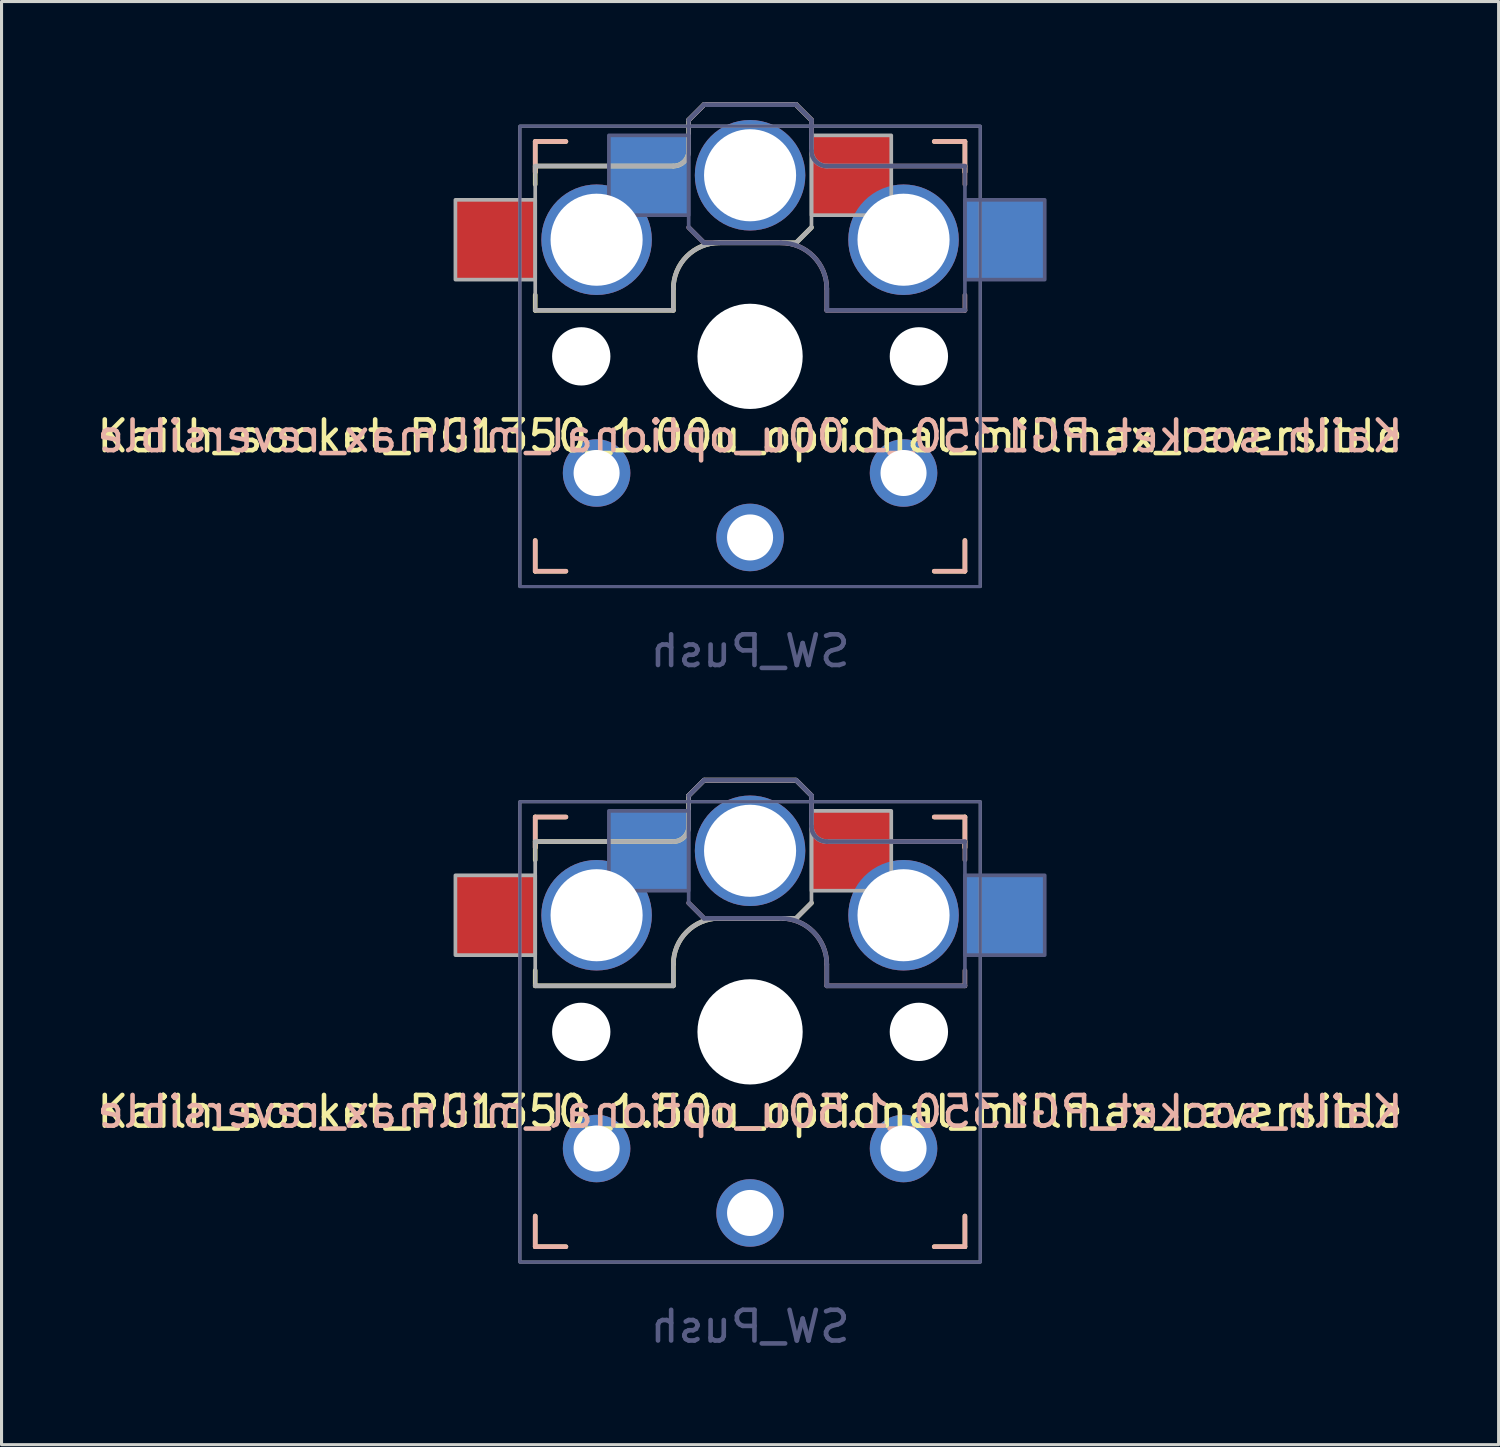
<source format=kicad_pcb>
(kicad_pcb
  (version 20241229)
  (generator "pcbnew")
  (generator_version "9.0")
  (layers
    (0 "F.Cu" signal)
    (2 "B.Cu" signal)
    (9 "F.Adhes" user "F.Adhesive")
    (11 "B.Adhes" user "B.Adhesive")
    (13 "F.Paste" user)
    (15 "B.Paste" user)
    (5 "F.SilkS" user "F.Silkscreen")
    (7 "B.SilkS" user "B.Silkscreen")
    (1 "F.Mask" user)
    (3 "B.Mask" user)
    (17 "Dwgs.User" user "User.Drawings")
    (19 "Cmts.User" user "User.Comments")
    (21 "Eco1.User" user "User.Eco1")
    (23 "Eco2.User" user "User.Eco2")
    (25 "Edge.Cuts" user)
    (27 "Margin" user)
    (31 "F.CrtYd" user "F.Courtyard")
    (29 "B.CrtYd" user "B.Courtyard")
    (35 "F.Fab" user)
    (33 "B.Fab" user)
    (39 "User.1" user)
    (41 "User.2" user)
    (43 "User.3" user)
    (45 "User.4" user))
  (footprint "Kailh_socket_PG1350_1.50u_optional_millmax_reversible"
    (layer "F.Cu")
    (at 21.387 30.568)
    (property "Reference" "Kailh_socket_PG1350_1.50u_optional_millmax_reversible" (at 0 2.6 0) (layer "F.SilkS") (effects (font (size 1 1) (thickness 0.15))))
    (property "Value" "SW_Push" (at 0 9.6 0) (layer "F.Fab") (hide yes) (effects (font (size 1 1) (thickness 0.15))))
    (fp_line (start -7 -6.2) (end -2.5 -6.2) (stroke (width 0.15) (type solid)) (layer "F.SilkS"))
    (fp_line (start -7 -6) (end -7 -7) (stroke (width 0.15) (type solid)) (layer "F.SilkS"))
    (fp_line (start -7 -5.6) (end -7 -6.2) (stroke (width 0.15) (type solid)) (layer "F.SilkS"))
    (fp_line (start -7 -1.5) (end -7 -2) (stroke (width 0.15) (type solid)) (layer "F.SilkS"))
    (fp_line (start -7 7) (end -7 6) (stroke (width 0.15) (type solid)) (layer "F.SilkS"))
    (fp_line (start -7 7) (end -6 7) (stroke (width 0.15) (type solid)) (layer "F.SilkS"))
    (fp_line (start -6 -7) (end -7 -7) (stroke (width 0.15) (type solid)) (layer "F.SilkS"))
    (fp_line (start -2.5 -2.2) (end -2.5 -1.5) (stroke (width 0.15) (type solid)) (layer "F.SilkS"))
    (fp_line (start -2.5 -1.5) (end -7 -1.5) (stroke (width 0.15) (type solid)) (layer "F.SilkS"))
    (fp_line (start -2 -7.7) (end -1.5 -8.2) (stroke (width 0.15) (type solid)) (layer "F.SilkS"))
    (fp_line (start -2 -6.7) (end -2 -7.7) (stroke (width 0.15) (type solid)) (layer "F.SilkS"))
    (fp_line (start -1.5 -8.2) (end 1.5 -8.2) (stroke (width 0.15) (type solid)) (layer "F.SilkS"))
    (fp_line (start 1.5 -8.2) (end 2 -7.7) (stroke (width 0.15) (type solid)) (layer "F.SilkS"))
    (fp_line (start 1.5 -3.7) (end -1 -3.7) (stroke (width 0.15) (type solid)) (layer "F.SilkS"))
    (fp_line (start 2 -4.2) (end 1.5 -3.7) (stroke (width 0.15) (type solid)) (layer "F.SilkS"))
    (fp_line (start 6 7) (end 7 7) (stroke (width 0.15) (type solid)) (layer "F.SilkS"))
    (fp_line (start 7 -7) (end 6 -7) (stroke (width 0.15) (type solid)) (layer "F.SilkS"))
    (fp_line (start 7 -7) (end 7 -6) (stroke (width 0.15) (type solid)) (layer "F.SilkS"))
    (fp_line (start 7 6) (end 7 7) (stroke (width 0.15) (type solid)) (layer "F.SilkS"))
    (fp_arc (start -2.5 -2.2) (mid -2.06066 -3.26066) (end -1 -3.7) (stroke (width 0.15) (type solid)) (layer "F.SilkS"))
    (fp_arc (start -2 -6.7) (mid -2.146447 -6.346447) (end -2.5 -6.2) (stroke (width 0.15) (type solid)) (layer "F.SilkS"))
    (fp_line (start -7 -6) (end -7 -7) (stroke (width 0.15) (type solid)) (layer "B.SilkS"))
    (fp_line (start -7 7) (end -7 6) (stroke (width 0.15) (type solid)) (layer "B.SilkS"))
    (fp_line (start -7 7) (end -6 7) (stroke (width 0.15) (type solid)) (layer "B.SilkS"))
    (fp_line (start -6 -7) (end -7 -7) (stroke (width 0.15) (type solid)) (layer "B.SilkS"))
    (fp_line (start -2 -4.2) (end -1.5 -3.7) (stroke (width 0.15) (type solid)) (layer "B.SilkS"))
    (fp_line (start -1.5 -8.2) (end -2 -7.7) (stroke (width 0.15) (type solid)) (layer "B.SilkS"))
    (fp_line (start -1.5 -3.7) (end 1 -3.7) (stroke (width 0.15) (type solid)) (layer "B.SilkS"))
    (fp_line (start 1.5 -8.2) (end -1.5 -8.2) (stroke (width 0.15) (type solid)) (layer "B.SilkS"))
    (fp_line (start 2 -7.7) (end 1.5 -8.2) (stroke (width 0.15) (type solid)) (layer "B.SilkS"))
    (fp_line (start 2 -6.7) (end 2 -7.7) (stroke (width 0.15) (type solid)) (layer "B.SilkS"))
    (fp_line (start 2.5 -2.2) (end 2.5 -1.5) (stroke (width 0.15) (type solid)) (layer "B.SilkS"))
    (fp_line (start 2.5 -1.5) (end 7 -1.5) (stroke (width 0.15) (type solid)) (layer "B.SilkS"))
    (fp_line (start 6 7) (end 7 7) (stroke (width 0.15) (type solid)) (layer "B.SilkS"))
    (fp_line (start 7 -7) (end 6 -7) (stroke (width 0.15) (type solid)) (layer "B.SilkS"))
    (fp_line (start 7 -7) (end 7 -6) (stroke (width 0.15) (type solid)) (layer "B.SilkS"))
    (fp_line (start 7 -6.2) (end 2.5 -6.2) (stroke (width 0.15) (type solid)) (layer "B.SilkS"))
    (fp_line (start 7 -5.6) (end 7 -6.2) (stroke (width 0.15) (type solid)) (layer "B.SilkS"))
    (fp_line (start 7 -1.5) (end 7 -2) (stroke (width 0.15) (type solid)) (layer "B.SilkS"))
    (fp_line (start 7 6) (end 7 7) (stroke (width 0.15) (type solid)) (layer "B.SilkS"))
    (fp_arc (start 1 -3.7) (mid 2.06066 -3.26066) (end 2.5 -2.2) (stroke (width 0.15) (type solid)) (layer "B.SilkS"))
    (fp_arc (start 2.5 -6.2) (mid 2.146446 -6.346447) (end 2 -6.7) (stroke (width 0.15) (type solid)) (layer "B.SilkS"))
    (fp_rect (start -13.5 -8.5) (end 13.5 8.5) (stroke (width 0.12) (type default)) (fill no) (layer "Eco1.User"))
    (fp_line (start -6.9 6.9) (end -6.9 -6.9) (stroke (width 0.15) (type solid)) (layer "Eco2.User"))
    (fp_line (start -6.9 6.9) (end 6.9 6.9) (stroke (width 0.15) (type solid)) (layer "Eco2.User"))
    (fp_line (start 6.9 -6.9) (end -6.9 -6.9) (stroke (width 0.15) (type solid)) (layer "Eco2.User"))
    (fp_line (start 6.9 -6.9) (end 6.9 6.9) (stroke (width 0.15) (type solid)) (layer "Eco2.User"))
    (fp_rect (start -2.5 -6.275) (end 2.5 -3.125) (stroke (width 0.15) (type default)) (fill no) (layer "Eco2.User"))
    (fp_line (start -2 -7.7) (end -1.5 -8.2) (stroke (width 0.15) (type solid)) (layer "B.Fab"))
    (fp_line (start -2 -4.25) (end -2 -7.7) (stroke (width 0.12) (type solid)) (layer "B.Fab"))
    (fp_line (start -2 -4.2) (end -1.5 -3.7) (stroke (width 0.15) (type solid)) (layer "B.Fab"))
    (fp_line (start -1.5 -8.2) (end 1.5 -8.2) (stroke (width 0.15) (type solid)) (layer "B.Fab"))
    (fp_line (start -1.5 -3.7) (end 1 -3.7) (stroke (width 0.15) (type solid)) (layer "B.Fab"))
    (fp_line (start 1.5 -8.2) (end 2 -7.7) (stroke (width 0.15) (type solid)) (layer "B.Fab"))
    (fp_line (start 2 -6.7) (end 2 -7.7) (stroke (width 0.15) (type solid)) (layer "B.Fab"))
    (fp_line (start 2.5 -2.2) (end 2.5 -1.5) (stroke (width 0.15) (type solid)) (layer "B.Fab"))
    (fp_line (start 2.5 -1.5) (end 7 -1.5) (stroke (width 0.15) (type solid)) (layer "B.Fab"))
    (fp_line (start 7 -6.2) (end 2.5 -6.2) (stroke (width 0.15) (type solid)) (layer "B.Fab"))
    (fp_line (start 7 -1.5) (end 7 -6.2) (stroke (width 0.12) (type solid)) (layer "B.Fab"))
    (fp_rect (start -4.6 -7.2) (end -2 -4.6) (stroke (width 0.12) (type default)) (fill no) (layer "B.Fab"))
    (fp_rect (start 7 -5.1) (end 9.6 -2.5) (stroke (width 0.12) (type default)) (fill no) (layer "B.Fab"))
    (fp_rect (start 7.5 7.5) (end -7.5 -7.5) (stroke (width 0.1) (type default)) (fill no) (layer "B.Fab"))
    (fp_arc (start 1 -3.7) (mid 2.06066 -3.26066) (end 2.5 -2.2) (stroke (width 0.15) (type solid)) (layer "B.Fab"))
    (fp_arc (start 2.5 -6.2) (mid 2.146446 -6.346447) (end 2 -6.7) (stroke (width 0.15) (type solid)) (layer "B.Fab"))
    (fp_line (start -7 -6.2) (end -2.5 -6.2) (stroke (width 0.15) (type solid)) (layer "F.Fab"))
    (fp_line (start -7 -1.5) (end -7 -6.2) (stroke (width 0.12) (type solid)) (layer "F.Fab"))
    (fp_line (start -2.5 -2.2) (end -2.5 -1.5) (stroke (width 0.15) (type solid)) (layer "F.Fab"))
    (fp_line (start -2.5 -1.5) (end -7 -1.5) (stroke (width 0.15) (type solid)) (layer "F.Fab"))
    (fp_line (start -2 -6.7) (end -2 -7.7) (stroke (width 0.15) (type solid)) (layer "F.Fab"))
    (fp_line (start -1.5 -8.2) (end -2 -7.7) (stroke (width 0.15) (type solid)) (layer "F.Fab"))
    (fp_line (start 1.5 -8.2) (end -1.5 -8.2) (stroke (width 0.15) (type solid)) (layer "F.Fab"))
    (fp_line (start 1.5 -3.7) (end -1 -3.7) (stroke (width 0.15) (type solid)) (layer "F.Fab"))
    (fp_line (start 2 -7.7) (end 1.5 -8.2) (stroke (width 0.15) (type solid)) (layer "F.Fab"))
    (fp_line (start 2 -4.25) (end 2 -7.7) (stroke (width 0.12) (type solid)) (layer "F.Fab"))
    (fp_line (start 2 -4.2) (end 1.5 -3.7) (stroke (width 0.15) (type solid)) (layer "F.Fab"))
    (fp_rect (start -7 -5.1) (end -9.6 -2.5) (stroke (width 0.12) (type default)) (fill no) (layer "F.Fab"))
    (fp_rect (start 4.6 -7.2) (end 2 -4.6) (stroke (width 0.12) (type default)) (fill no) (layer "F.Fab"))
    (fp_rect (start 7.5 7.5) (end -7.5 -7.5) (stroke (width 0.1) (type default)) (fill no) (layer "F.Fab"))
    (fp_arc (start -2.5 -2.2) (mid -2.06066 -3.26066) (end -1 -3.7) (stroke (width 0.15) (type solid)) (layer "F.Fab"))
    (fp_arc (start -2 -6.7) (mid -2.146447 -6.346447) (end -2.5 -6.2) (stroke (width 0.15) (type solid)) (layer "F.Fab"))
    (fp_text user "${REFERENCE}" (at 0 2.6 0) (layer "B.SilkS") (effects (font (size 1 1) (thickness 0.15)) (justify mirror)))
    (fp_text user "${VALUE}" (at 0 9.6 0) (layer "B.Fab") (effects (font (size 1 1) (thickness 0.15)) (justify mirror)))
    (pad "" np_thru_hole circle (at -5.5 0) (size 1.9 1.9) (drill 1.9) (layers "*.Cu" "*.Mask"))
    (pad "" np_thru_hole circle (at -5 -3.8) (size 3.6 3.6) (drill 3) (layers "*.Cu" "*.Mask"))
    (pad "" np_thru_hole circle (at 0 -5.9) (size 3.6 3.6) (drill 3) (layers "*.Cu" "*.Mask"))
    (pad "" np_thru_hole circle (at 0 0) (size 3.429 3.429) (drill 3.429) (layers "*.Cu" "*.Mask"))
    (pad "" np_thru_hole circle (at 5 -3.8) (size 3.6 3.6) (drill 3) (layers "*.Cu" "*.Mask"))
    (pad "" np_thru_hole circle (at 5.5 0) (size 1.9 1.9) (drill 1.9) (layers "*.Cu" "*.Mask"))
    (pad "1" smd rect (at -3.3 -5.9) (size 2.6 2.6) (layers "B.Cu" "B.Mask" "B.Paste"))
    (pad "1" thru_hole circle (at 0 5.9) (size 2.2 2.2) (drill 1.5) (layers "*.Cu" "*.Mask"))
    (pad "1" smd rect (at 3.3 -5.9) (size 2.6 2.6) (layers "F.Cu" "F.Mask" "F.Paste"))
    (pad "2" smd rect (at -8.3 -3.8) (size 2.6 2.6) (layers "F.Cu" "F.Mask" "F.Paste"))
    (pad "2" thru_hole circle (at -5 3.8) (size 2.2 2.2) (drill 1.5) (layers "*.Cu" "*.Mask"))
    (pad "2" thru_hole circle (at 5 3.8) (size 2.2 2.2) (drill 1.5) (layers "*.Cu" "*.Mask"))
    (pad "2" smd rect (at 8.3 -3.8) (size 2.6 2.6) (layers "B.Cu" "B.Mask" "B.Paste")))
  (footprint "Kailh_socket_PG1350_1.00u_optional_millmax_reversible"
    (layer "F.Cu")
    (at 21.387 8.56)
    (property "Reference" "Kailh_socket_PG1350_1.00u_optional_millmax_reversible" (at 0 2.6 0) (layer "F.SilkS") (effects (font (size 1 1) (thickness 0.15))))
    (property "Value" "SW_Push" (at 0 9.6 0) (layer "F.Fab") (hide yes) (effects (font (size 1 1) (thickness 0.15))))
    (fp_line (start -7 -6.2) (end -2.5 -6.2) (stroke (width 0.15) (type solid)) (layer "F.SilkS"))
    (fp_line (start -7 -6) (end -7 -7) (stroke (width 0.15) (type solid)) (layer "F.SilkS"))
    (fp_line (start -7 -5.6) (end -7 -6.2) (stroke (width 0.15) (type solid)) (layer "F.SilkS"))
    (fp_line (start -7 -1.5) (end -7 -2) (stroke (width 0.15) (type solid)) (layer "F.SilkS"))
    (fp_line (start -7 7) (end -7 6) (stroke (width 0.15) (type solid)) (layer "F.SilkS"))
    (fp_line (start -7 7) (end -6 7) (stroke (width 0.15) (type solid)) (layer "F.SilkS"))
    (fp_line (start -6 -7) (end -7 -7) (stroke (width 0.15) (type solid)) (layer "F.SilkS"))
    (fp_line (start -2.5 -2.2) (end -2.5 -1.5) (stroke (width 0.15) (type solid)) (layer "F.SilkS"))
    (fp_line (start -2.5 -1.5) (end -7 -1.5) (stroke (width 0.15) (type solid)) (layer "F.SilkS"))
    (fp_line (start -2 -7.7) (end -1.5 -8.2) (stroke (width 0.15) (type solid)) (layer "F.SilkS"))
    (fp_line (start -2 -6.7) (end -2 -7.7) (stroke (width 0.15) (type solid)) (layer "F.SilkS"))
    (fp_line (start -1.5 -8.2) (end 1.5 -8.2) (stroke (width 0.15) (type solid)) (layer "F.SilkS"))
    (fp_line (start 1.5 -8.2) (end 2 -7.7) (stroke (width 0.15) (type solid)) (layer "F.SilkS"))
    (fp_line (start 1.5 -3.7) (end -1 -3.7) (stroke (width 0.15) (type solid)) (layer "F.SilkS"))
    (fp_line (start 2 -4.2) (end 1.5 -3.7) (stroke (width 0.15) (type solid)) (layer "F.SilkS"))
    (fp_line (start 6 7) (end 7 7) (stroke (width 0.15) (type solid)) (layer "F.SilkS"))
    (fp_line (start 7 -7) (end 6 -7) (stroke (width 0.15) (type solid)) (layer "F.SilkS"))
    (fp_line (start 7 -7) (end 7 -6) (stroke (width 0.15) (type solid)) (layer "F.SilkS"))
    (fp_line (start 7 6) (end 7 7) (stroke (width 0.15) (type solid)) (layer "F.SilkS"))
    (fp_arc (start -2.5 -2.2) (mid -2.06066 -3.26066) (end -1 -3.7) (stroke (width 0.15) (type solid)) (layer "F.SilkS"))
    (fp_arc (start -2 -6.7) (mid -2.146447 -6.346447) (end -2.5 -6.2) (stroke (width 0.15) (type solid)) (layer "F.SilkS"))
    (fp_line (start -7 -6) (end -7 -7) (stroke (width 0.15) (type solid)) (layer "B.SilkS"))
    (fp_line (start -7 7) (end -7 6) (stroke (width 0.15) (type solid)) (layer "B.SilkS"))
    (fp_line (start -7 7) (end -6 7) (stroke (width 0.15) (type solid)) (layer "B.SilkS"))
    (fp_line (start -6 -7) (end -7 -7) (stroke (width 0.15) (type solid)) (layer "B.SilkS"))
    (fp_line (start -2 -4.2) (end -1.5 -3.7) (stroke (width 0.15) (type solid)) (layer "B.SilkS"))
    (fp_line (start -1.5 -8.2) (end -2 -7.7) (stroke (width 0.15) (type solid)) (layer "B.SilkS"))
    (fp_line (start -1.5 -3.7) (end 1 -3.7) (stroke (width 0.15) (type solid)) (layer "B.SilkS"))
    (fp_line (start 1.5 -8.2) (end -1.5 -8.2) (stroke (width 0.15) (type solid)) (layer "B.SilkS"))
    (fp_line (start 2 -7.7) (end 1.5 -8.2) (stroke (width 0.15) (type solid)) (layer "B.SilkS"))
    (fp_line (start 2 -6.7) (end 2 -7.7) (stroke (width 0.15) (type solid)) (layer "B.SilkS"))
    (fp_line (start 2.5 -2.2) (end 2.5 -1.5) (stroke (width 0.15) (type solid)) (layer "B.SilkS"))
    (fp_line (start 2.5 -1.5) (end 7 -1.5) (stroke (width 0.15) (type solid)) (layer "B.SilkS"))
    (fp_line (start 6 7) (end 7 7) (stroke (width 0.15) (type solid)) (layer "B.SilkS"))
    (fp_line (start 7 -7) (end 6 -7) (stroke (width 0.15) (type solid)) (layer "B.SilkS"))
    (fp_line (start 7 -7) (end 7 -6) (stroke (width 0.15) (type solid)) (layer "B.SilkS"))
    (fp_line (start 7 -6.2) (end 2.5 -6.2) (stroke (width 0.15) (type solid)) (layer "B.SilkS"))
    (fp_line (start 7 -5.6) (end 7 -6.2) (stroke (width 0.15) (type solid)) (layer "B.SilkS"))
    (fp_line (start 7 -1.5) (end 7 -2) (stroke (width 0.15) (type solid)) (layer "B.SilkS"))
    (fp_line (start 7 6) (end 7 7) (stroke (width 0.15) (type solid)) (layer "B.SilkS"))
    (fp_arc (start 1 -3.7) (mid 2.06066 -3.26066) (end 2.5 -2.2) (stroke (width 0.15) (type solid)) (layer "B.SilkS"))
    (fp_arc (start 2.5 -6.2) (mid 2.146447 -6.346447) (end 2 -6.7) (stroke (width 0.15) (type solid)) (layer "B.SilkS"))
    (fp_rect (start -9 -8.5) (end 9 8.5) (stroke (width 0.12) (type default)) (fill no) (layer "Eco1.User"))
    (fp_line (start -6.9 6.9) (end -6.9 -6.9) (stroke (width 0.15) (type solid)) (layer "Eco2.User"))
    (fp_line (start -6.9 6.9) (end 6.9 6.9) (stroke (width 0.15) (type solid)) (layer "Eco2.User"))
    (fp_line (start 6.9 -6.9) (end -6.9 -6.9) (stroke (width 0.15) (type solid)) (layer "Eco2.User"))
    (fp_line (start 6.9 -6.9) (end 6.9 6.9) (stroke (width 0.15) (type solid)) (layer "Eco2.User"))
    (fp_rect (start -2.5 -6.275) (end 2.5 -3.125) (stroke (width 0.15) (type default)) (fill no) (layer "Eco2.User"))
    (fp_line (start -2 -7.7) (end -1.5 -8.2) (stroke (width 0.15) (type solid)) (layer "B.Fab"))
    (fp_line (start -2 -4.25) (end -2 -7.7) (stroke (width 0.12) (type solid)) (layer "B.Fab"))
    (fp_line (start -2 -4.2) (end -1.5 -3.7) (stroke (width 0.15) (type solid)) (layer "B.Fab"))
    (fp_line (start -1.5 -8.2) (end 1.5 -8.2) (stroke (width 0.15) (type solid)) (layer "B.Fab"))
    (fp_line (start -1.5 -3.7) (end 1 -3.7) (stroke (width 0.15) (type solid)) (layer "B.Fab"))
    (fp_line (start 1.5 -8.2) (end 2 -7.7) (stroke (width 0.15) (type solid)) (layer "B.Fab"))
    (fp_line (start 2 -6.7) (end 2 -7.7) (stroke (width 0.15) (type solid)) (layer "B.Fab"))
    (fp_line (start 2.5 -2.2) (end 2.5 -1.5) (stroke (width 0.15) (type solid)) (layer "B.Fab"))
    (fp_line (start 2.5 -1.5) (end 7 -1.5) (stroke (width 0.15) (type solid)) (layer "B.Fab"))
    (fp_line (start 7 -6.2) (end 2.5 -6.2) (stroke (width 0.15) (type solid)) (layer "B.Fab"))
    (fp_line (start 7 -1.5) (end 7 -6.2) (stroke (width 0.12) (type solid)) (layer "B.Fab"))
    (fp_rect (start -4.6 -7.2) (end -2 -4.6) (stroke (width 0.12) (type default)) (fill no) (layer "B.Fab"))
    (fp_rect (start 7 -5.1) (end 9.6 -2.5) (stroke (width 0.12) (type default)) (fill no) (layer "B.Fab"))
    (fp_rect (start 7.5 7.5) (end -7.5 -7.5) (stroke (width 0.1) (type default)) (fill no) (layer "B.Fab"))
    (fp_arc (start 1 -3.7) (mid 2.06066 -3.26066) (end 2.5 -2.2) (stroke (width 0.15) (type solid)) (layer "B.Fab"))
    (fp_arc (start 2.5 -6.2) (mid 2.146447 -6.346447) (end 2 -6.7) (stroke (width 0.15) (type solid)) (layer "B.Fab"))
    (fp_line (start -7 -6.2) (end -2.5 -6.2) (stroke (width 0.15) (type solid)) (layer "F.Fab"))
    (fp_line (start -7 -1.5) (end -7 -6.2) (stroke (width 0.12) (type solid)) (layer "F.Fab"))
    (fp_line (start -2.5 -2.2) (end -2.5 -1.5) (stroke (width 0.15) (type solid)) (layer "F.Fab"))
    (fp_line (start -2.5 -1.5) (end -7 -1.5) (stroke (width 0.15) (type solid)) (layer "F.Fab"))
    (fp_line (start -2 -6.7) (end -2 -7.7) (stroke (width 0.15) (type solid)) (layer "F.Fab"))
    (fp_line (start -1.5 -8.2) (end -2 -7.7) (stroke (width 0.15) (type solid)) (layer "F.Fab"))
    (fp_line (start 1.5 -8.2) (end -1.5 -8.2) (stroke (width 0.15) (type solid)) (layer "F.Fab"))
    (fp_line (start 1.5 -3.7) (end -1 -3.7) (stroke (width 0.15) (type solid)) (layer "F.Fab"))
    (fp_line (start 2 -7.7) (end 1.5 -8.2) (stroke (width 0.15) (type solid)) (layer "F.Fab"))
    (fp_line (start 2 -4.25) (end 2 -7.7) (stroke (width 0.12) (type solid)) (layer "F.Fab"))
    (fp_line (start 2 -4.2) (end 1.5 -3.7) (stroke (width 0.15) (type solid)) (layer "F.Fab"))
    (fp_rect (start -7 -5.1) (end -9.6 -2.5) (stroke (width 0.12) (type default)) (fill no) (layer "F.Fab"))
    (fp_rect (start 4.6 -7.2) (end 2 -4.6) (stroke (width 0.12) (type default)) (fill no) (layer "F.Fab"))
    (fp_rect (start 7.5 7.5) (end -7.5 -7.5) (stroke (width 0.1) (type default)) (fill no) (layer "F.Fab"))
    (fp_arc (start -2.5 -2.2) (mid -2.06066 -3.26066) (end -1 -3.7) (stroke (width 0.15) (type solid)) (layer "F.Fab"))
    (fp_arc (start -2 -6.7) (mid -2.146447 -6.346447) (end -2.5 -6.2) (stroke (width 0.15) (type solid)) (layer "F.Fab"))
    (fp_text user "${REFERENCE}" (at 0 2.6 0) (layer "B.SilkS") (effects (font (size 1 1) (thickness 0.15)) (justify mirror)))
    (fp_text user "${VALUE}" (at 0 9.6 0) (layer "B.Fab") (effects (font (size 1 1) (thickness 0.15)) (justify mirror)))
    (pad "" np_thru_hole circle (at -5.5 0) (size 1.9 1.9) (drill 1.9) (layers "*.Cu" "*.Mask"))
    (pad "" np_thru_hole circle (at -5 -3.8) (size 3.6 3.6) (drill 3) (layers "*.Cu" "*.Mask"))
    (pad "" np_thru_hole circle (at 0 -5.9) (size 3.6 3.6) (drill 3) (layers "*.Cu" "*.Mask"))
    (pad "" np_thru_hole circle (at 0 0) (size 3.429 3.429) (drill 3.429) (layers "*.Cu" "*.Mask"))
    (pad "" np_thru_hole circle (at 5 -3.8) (size 3.6 3.6) (drill 3) (layers "*.Cu" "*.Mask"))
    (pad "" np_thru_hole circle (at 5.5 0) (size 1.9 1.9) (drill 1.9) (layers "*.Cu" "*.Mask"))
    (pad "1" smd rect (at -3.3 -5.9) (size 2.6 2.6) (layers "B.Cu" "B.Mask" "B.Paste"))
    (pad "1" thru_hole circle (at 0 5.9) (size 2.2 2.2) (drill 1.5) (layers "*.Cu" "*.Mask"))
    (pad "1" smd rect (at 3.3 -5.9) (size 2.6 2.6) (layers "F.Cu" "F.Mask" "F.Paste"))
    (pad "2" smd rect (at -8.3 -3.8) (size 2.6 2.6) (layers "F.Cu" "F.Mask" "F.Paste"))
    (pad "2" thru_hole circle (at -5 3.8) (size 2.2 2.2) (drill 1.5) (layers "*.Cu" "*.Mask"))
    (pad "2" thru_hole circle (at 5 3.8) (size 2.2 2.2) (drill 1.5) (layers "*.Cu" "*.Mask"))
    (pad "2" smd rect (at 8.3 -3.8) (size 2.6 2.6) (layers "B.Cu" "B.Mask" "B.Paste")))
  (gr_rect
    (start -3 -3)
    (end 45.774 44.017)
    (stroke (width 0.1) (type default))
    (fill no)
    (layer "Edge.Cuts")))
</source>
